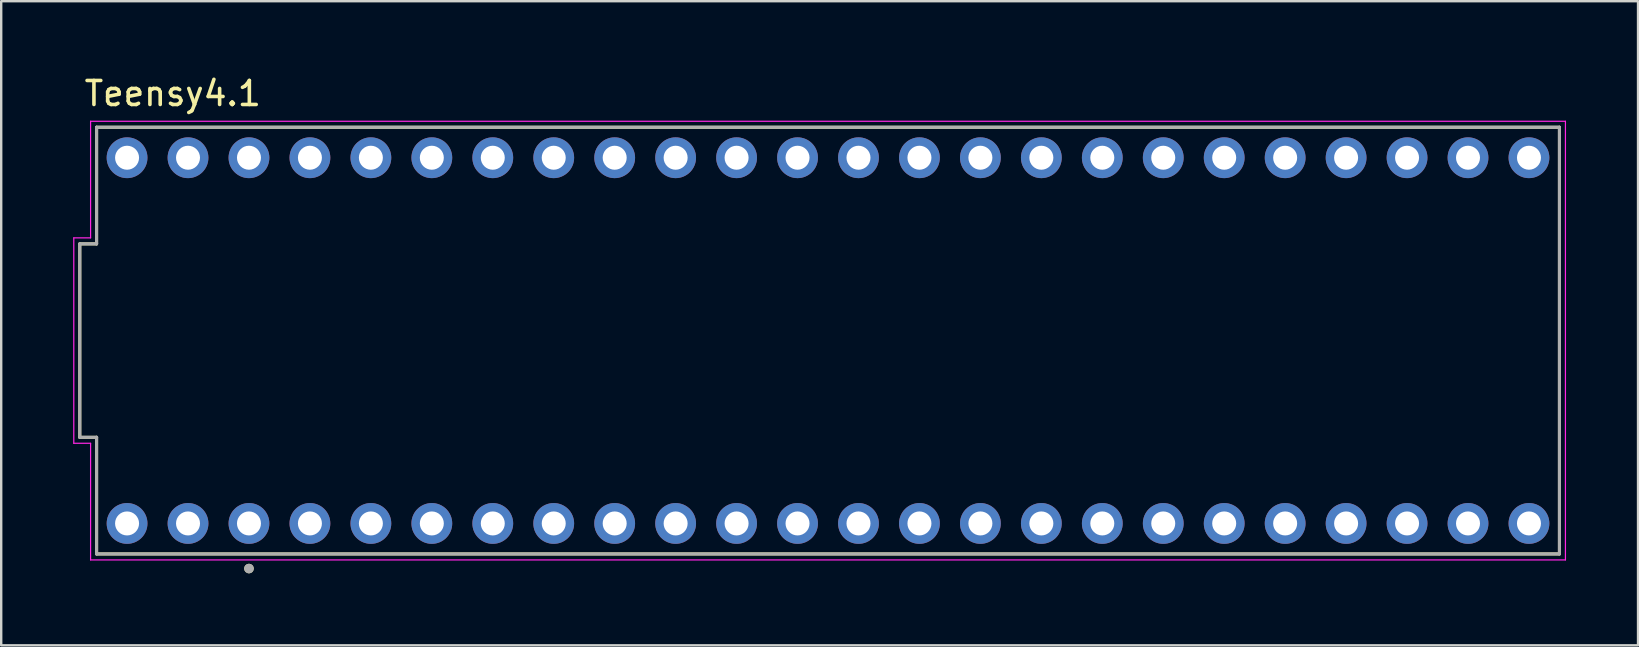
<source format=kicad_pcb>
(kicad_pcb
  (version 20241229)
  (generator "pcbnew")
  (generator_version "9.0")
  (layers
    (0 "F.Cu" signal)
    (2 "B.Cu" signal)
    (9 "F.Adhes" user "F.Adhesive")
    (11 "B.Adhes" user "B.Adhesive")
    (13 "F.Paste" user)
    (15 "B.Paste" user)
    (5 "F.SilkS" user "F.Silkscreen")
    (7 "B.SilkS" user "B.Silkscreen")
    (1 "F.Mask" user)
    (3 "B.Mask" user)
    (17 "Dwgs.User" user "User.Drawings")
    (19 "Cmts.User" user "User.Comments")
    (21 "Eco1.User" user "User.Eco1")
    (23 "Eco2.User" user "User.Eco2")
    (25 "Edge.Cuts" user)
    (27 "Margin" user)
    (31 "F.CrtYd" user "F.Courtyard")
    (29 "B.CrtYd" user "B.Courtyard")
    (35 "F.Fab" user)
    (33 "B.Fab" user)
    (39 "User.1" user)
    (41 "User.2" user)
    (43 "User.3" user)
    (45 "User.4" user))
  (footprint "Teensy4.1"
    (layer "F.Cu")
    (at 31.455 11.143)
    (property "Reference" "Teensy4.1" (at -27.305 -10.295 0) (layer "F.SilkS") (effects (font (size 1 1) (thickness 0.15))))
    (attr through_hole)
    (fp_line (start -31.18 4.03) (end -31.18 -4.03) (stroke (width 0.127) (type solid)) (layer "F.SilkS"))
    (fp_line (start -30.48 -8.89) (end -30.48 -4.03) (stroke (width 0.127) (type solid)) (layer "F.SilkS"))
    (fp_line (start -30.48 -8.89) (end 30.48 -8.89) (stroke (width 0.127) (type solid)) (layer "F.SilkS"))
    (fp_line (start -30.48 -4.03) (end -31.18 -4.03) (stroke (width 0.127) (type solid)) (layer "F.SilkS"))
    (fp_line (start -30.48 4.03) (end -31.18 4.03) (stroke (width 0.127) (type solid)) (layer "F.SilkS"))
    (fp_line (start -30.48 8.89) (end -30.48 4.03) (stroke (width 0.127) (type solid)) (layer "F.SilkS"))
    (fp_line (start 30.48 -8.89) (end 30.48 8.89) (stroke (width 0.127) (type solid)) (layer "F.SilkS"))
    (fp_line (start 30.48 8.89) (end -30.48 8.89) (stroke (width 0.127) (type solid)) (layer "F.SilkS"))
    (fp_circle (center -24.13 9.5) (end -24.03 9.5) (stroke (width 0.2) (type solid)) (fill no) (layer "F.SilkS"))
    (fp_line (start -31.43 4.28) (end -31.43 -4.28) (stroke (width 0.05) (type solid)) (layer "F.CrtYd"))
    (fp_line (start -30.73 -9.14) (end -30.73 -4.28) (stroke (width 0.05) (type solid)) (layer "F.CrtYd"))
    (fp_line (start -30.73 -9.14) (end 30.73 -9.14) (stroke (width 0.05) (type solid)) (layer "F.CrtYd"))
    (fp_line (start -30.73 -4.28) (end -31.43 -4.28) (stroke (width 0.05) (type solid)) (layer "F.CrtYd"))
    (fp_line (start -30.73 4.28) (end -31.43 4.28) (stroke (width 0.05) (type solid)) (layer "F.CrtYd"))
    (fp_line (start -30.73 9.14) (end -30.73 4.28) (stroke (width 0.05) (type solid)) (layer "F.CrtYd"))
    (fp_line (start 30.73 -9.14) (end 30.73 9.14) (stroke (width 0.05) (type solid)) (layer "F.CrtYd"))
    (fp_line (start 30.73 9.14) (end -30.73 9.14) (stroke (width 0.05) (type solid)) (layer "F.CrtYd"))
    (fp_line (start -31.18 4.03) (end -31.18 -4.03) (stroke (width 0.127) (type solid)) (layer "F.Fab"))
    (fp_line (start -30.48 -8.89) (end -30.48 -4.03) (stroke (width 0.127) (type solid)) (layer "F.Fab"))
    (fp_line (start -30.48 -8.89) (end 30.48 -8.89) (stroke (width 0.127) (type solid)) (layer "F.Fab"))
    (fp_line (start -30.48 -4.03) (end -31.18 -4.03) (stroke (width 0.127) (type solid)) (layer "F.Fab"))
    (fp_line (start -30.48 4.03) (end -31.18 4.03) (stroke (width 0.127) (type solid)) (layer "F.Fab"))
    (fp_line (start -30.48 8.89) (end -30.48 4.03) (stroke (width 0.127) (type solid)) (layer "F.Fab"))
    (fp_line (start 30.48 -8.89) (end 30.48 8.89) (stroke (width 0.127) (type solid)) (layer "F.Fab"))
    (fp_line (start 30.48 8.89) (end -30.48 8.89) (stroke (width 0.127) (type solid)) (layer "F.Fab"))
    (fp_circle (center -24.13 9.5) (end -24.03 9.5) (stroke (width 0.2) (type solid)) (fill no) (layer "F.Fab"))
    (pad "0" thru_hole circle (at -26.67 7.62) (size 1.7 1.7) (drill 1) (layers "*.Cu" "*.Mask"))
    (pad "1" thru_hole circle (at -24.13 7.62) (size 1.7 1.7) (drill 1) (layers "*.Cu" "*.Mask"))
    (pad "2" thru_hole circle (at -21.59 7.62) (size 1.7 1.7) (drill 1) (layers "*.Cu" "*.Mask"))
    (pad "3" thru_hole circle (at -19.05 7.62) (size 1.7 1.7) (drill 1) (layers "*.Cu" "*.Mask"))
    (pad "3.3V_1" thru_hole circle (at 6.35 7.62) (size 1.7 1.7) (drill 1) (layers "*.Cu" "*.Mask"))
    (pad "3.3V_2" thru_hole circle (at -24.13 -7.62) (size 1.7 1.7) (drill 1) (layers "*.Cu" "*.Mask"))
    (pad "4" thru_hole circle (at -16.51 7.62) (size 1.7 1.7) (drill 1) (layers "*.Cu" "*.Mask"))
    (pad "5" thru_hole circle (at -13.97 7.62) (size 1.7 1.7) (drill 1) (layers "*.Cu" "*.Mask"))
    (pad "6" thru_hole circle (at -11.43 7.62) (size 1.7 1.7) (drill 1) (layers "*.Cu" "*.Mask"))
    (pad "7" thru_hole circle (at -8.89 7.62) (size 1.7 1.7) (drill 1) (layers "*.Cu" "*.Mask"))
    (pad "8" thru_hole circle (at -6.35 7.62) (size 1.7 1.7) (drill 1) (layers "*.Cu" "*.Mask"))
    (pad "9" thru_hole circle (at -3.81 7.62) (size 1.7 1.7) (drill 1) (layers "*.Cu" "*.Mask"))
    (pad "10" thru_hole circle (at -1.27 7.62) (size 1.7 1.7) (drill 1) (layers "*.Cu" "*.Mask"))
    (pad "11" thru_hole circle (at 1.27 7.62) (size 1.7 1.7) (drill 1) (layers "*.Cu" "*.Mask"))
    (pad "12" thru_hole circle (at 3.81 7.62) (size 1.7 1.7) (drill 1) (layers "*.Cu" "*.Mask"))
    (pad "13" thru_hole circle (at 3.81 -7.62) (size 1.7 1.7) (drill 1) (layers "*.Cu" "*.Mask"))
    (pad "14" thru_hole circle (at 1.27 -7.62) (size 1.7 1.7) (drill 1) (layers "*.Cu" "*.Mask"))
    (pad "15" thru_hole circle (at -1.27 -7.62) (size 1.7 1.7) (drill 1) (layers "*.Cu" "*.Mask"))
    (pad "16" thru_hole circle (at -3.81 -7.62) (size 1.7 1.7) (drill 1) (layers "*.Cu" "*.Mask"))
    (pad "17" thru_hole circle (at -6.35 -7.62) (size 1.7 1.7) (drill 1) (layers "*.Cu" "*.Mask"))
    (pad "18" thru_hole circle (at -8.89 -7.62) (size 1.7 1.7) (drill 1) (layers "*.Cu" "*.Mask"))
    (pad "19" thru_hole circle (at -11.43 -7.62) (size 1.7 1.7) (drill 1) (layers "*.Cu" "*.Mask"))
    (pad "20" thru_hole circle (at -13.97 -7.62) (size 1.7 1.7) (drill 1) (layers "*.Cu" "*.Mask"))
    (pad "21" thru_hole circle (at -16.51 -7.62) (size 1.7 1.7) (drill 1) (layers "*.Cu" "*.Mask"))
    (pad "22" thru_hole circle (at -19.05 -7.62) (size 1.7 1.7) (drill 1) (layers "*.Cu" "*.Mask"))
    (pad "23" thru_hole circle (at -21.59 -7.62) (size 1.7 1.7) (drill 1) (layers "*.Cu" "*.Mask"))
    (pad "24" thru_hole circle (at 8.89 7.62) (size 1.7 1.7) (drill 1) (layers "*.Cu" "*.Mask"))
    (pad "25" thru_hole circle (at 11.43 7.62) (size 1.7 1.7) (drill 1) (layers "*.Cu" "*.Mask"))
    (pad "26" thru_hole circle (at 13.97 7.62) (size 1.7 1.7) (drill 1) (layers "*.Cu" "*.Mask"))
    (pad "27" thru_hole circle (at 16.51 7.62) (size 1.7 1.7) (drill 1) (layers "*.Cu" "*.Mask"))
    (pad "28" thru_hole circle (at 19.05 7.62) (size 1.7 1.7) (drill 1) (layers "*.Cu" "*.Mask"))
    (pad "29" thru_hole circle (at 21.59 7.62) (size 1.7 1.7) (drill 1) (layers "*.Cu" "*.Mask"))
    (pad "30" thru_hole circle (at 24.13 7.62) (size 1.7 1.7) (drill 1) (layers "*.Cu" "*.Mask"))
    (pad "31" thru_hole circle (at 26.67 7.62) (size 1.7 1.7) (drill 1) (layers "*.Cu" "*.Mask"))
    (pad "32" thru_hole circle (at 29.21 7.62) (size 1.7 1.7) (drill 1) (layers "*.Cu" "*.Mask"))
    (pad "33" thru_hole circle (at 29.21 -7.62) (size 1.7 1.7) (drill 1) (layers "*.Cu" "*.Mask"))
    (pad "34" thru_hole circle (at 26.67 -7.62) (size 1.7 1.7) (drill 1) (layers "*.Cu" "*.Mask"))
    (pad "35" thru_hole circle (at 24.13 -7.62) (size 1.7 1.7) (drill 1) (layers "*.Cu" "*.Mask"))
    (pad "36" thru_hole circle (at 21.59 -7.62) (size 1.7 1.7) (drill 1) (layers "*.Cu" "*.Mask"))
    (pad "37" thru_hole circle (at 19.05 -7.62) (size 1.7 1.7) (drill 1) (layers "*.Cu" "*.Mask"))
    (pad "38" thru_hole circle (at 16.51 -7.62) (size 1.7 1.7) (drill 1) (layers "*.Cu" "*.Mask"))
    (pad "39" thru_hole circle (at 13.97 -7.62) (size 1.7 1.7) (drill 1) (layers "*.Cu" "*.Mask"))
    (pad "40" thru_hole circle (at 11.43 -7.62) (size 1.7 1.7) (drill 1) (layers "*.Cu" "*.Mask"))
    (pad "41" thru_hole circle (at 8.89 -7.62) (size 1.7 1.7) (drill 1) (layers "*.Cu" "*.Mask"))
    (pad "GND1" thru_hole circle (at -29.21 7.62) (size 1.7 1.7) (drill 1) (layers "*.Cu" "*.Mask"))
    (pad "GND2" thru_hole circle (at 6.35 -7.62) (size 1.7 1.7) (drill 1) (layers "*.Cu" "*.Mask"))
    (pad "GND3" thru_hole circle (at -26.67 -7.62) (size 1.7 1.7) (drill 1) (layers "*.Cu" "*.Mask"))
    (pad "VIN" thru_hole circle (at -29.21 -7.62) (size 1.7 1.7) (drill 1) (layers "*.Cu" "*.Mask")))
  (gr_rect
    (start -3 -3)
    (end 65.21 23.843)
    (stroke (width 0.1) (type default))
    (fill no)
    (layer "Edge.Cuts")))
</source>
